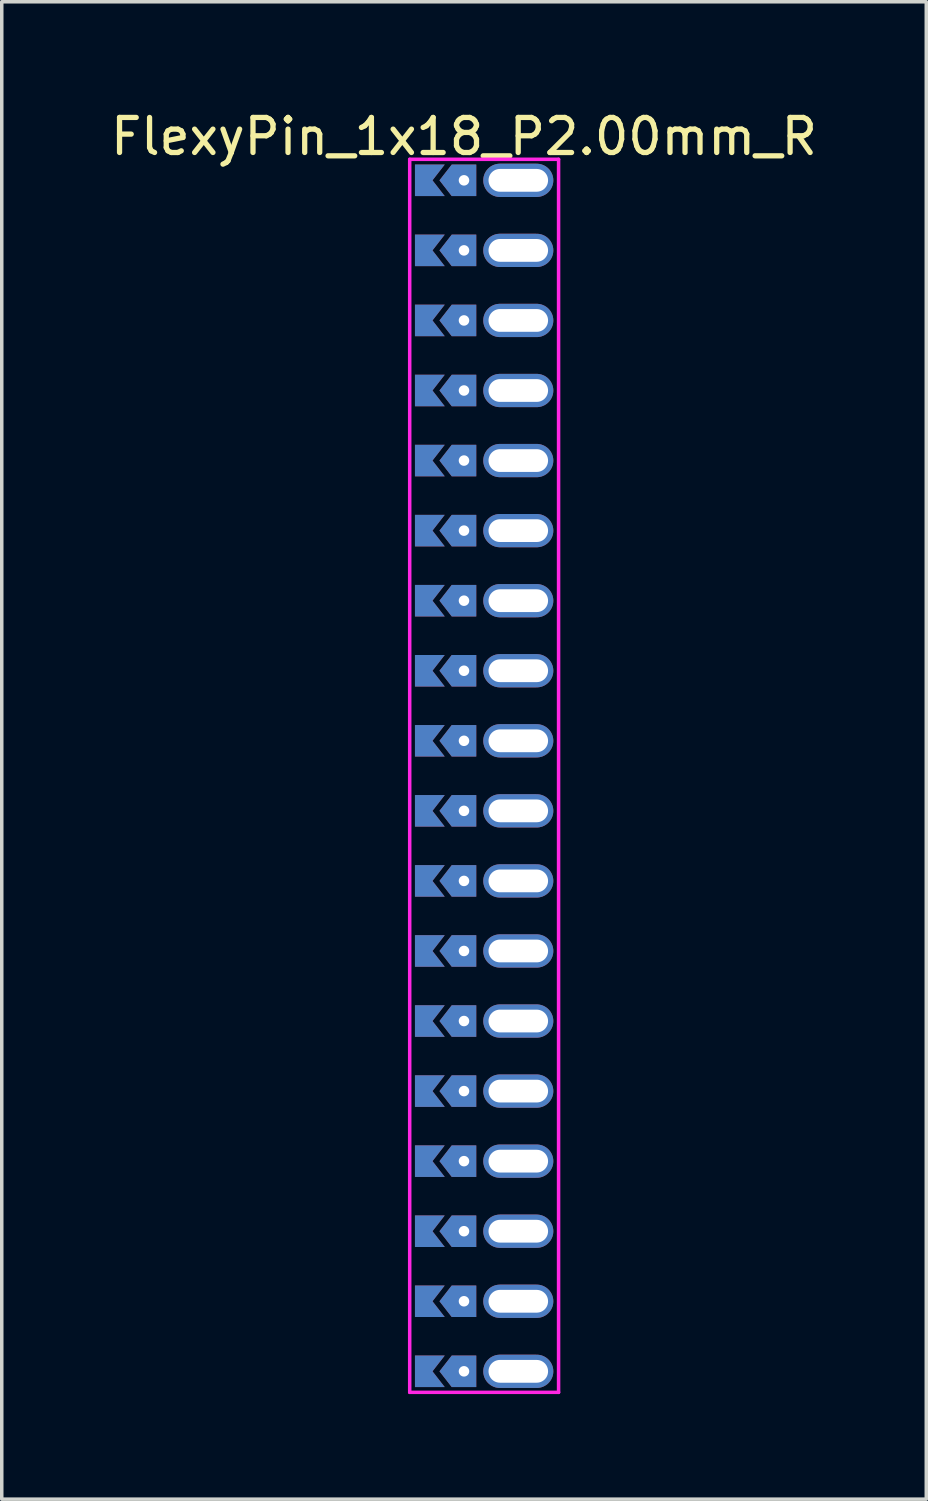
<source format=kicad_pcb>
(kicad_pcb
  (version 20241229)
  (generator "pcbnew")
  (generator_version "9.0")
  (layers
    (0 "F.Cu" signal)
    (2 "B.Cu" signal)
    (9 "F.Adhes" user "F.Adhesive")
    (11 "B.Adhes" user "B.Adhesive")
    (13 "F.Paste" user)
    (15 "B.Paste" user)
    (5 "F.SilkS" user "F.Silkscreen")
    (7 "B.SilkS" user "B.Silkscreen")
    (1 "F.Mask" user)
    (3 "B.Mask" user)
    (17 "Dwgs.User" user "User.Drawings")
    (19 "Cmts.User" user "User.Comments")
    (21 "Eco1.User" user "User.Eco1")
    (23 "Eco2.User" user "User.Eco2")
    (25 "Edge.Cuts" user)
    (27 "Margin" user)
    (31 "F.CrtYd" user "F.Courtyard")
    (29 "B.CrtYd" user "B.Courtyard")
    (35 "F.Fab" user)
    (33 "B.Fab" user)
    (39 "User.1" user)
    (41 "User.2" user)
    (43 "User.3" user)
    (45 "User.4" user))
  (footprint "FlexyPin_1x18_P2.00mm_R"
    (layer "F.Cu")
    (at 10.196 2.098)
    (property "Reference" "FlexyPin_1x18_P2.00mm_R" (at 0 -1.25 0) (layer "F.SilkS") (effects (font (size 1 1) (thickness 0.15))))
    (attr through_hole)
    (fp_line (start -1.55 -0.6) (end 2.7 -0.6) (stroke (width 0.1) (type solid)) (layer "F.CrtYd"))
    (fp_line (start -1.55 34.6) (end -1.55 -0.6) (stroke (width 0.1) (type solid)) (layer "F.CrtYd"))
    (fp_line (start 2.7 -0.6) (end 2.7 34.6) (stroke (width 0.1) (type solid)) (layer "F.CrtYd"))
    (fp_line (start 2.7 34.6) (end -1.55 34.6) (stroke (width 0.1) (type solid)) (layer "F.CrtYd"))
    (pad "" thru_hole custom (at 0 0) (size 0.3 0.3) (drill 0.6) (layers "*.Cu" "*.Mask") (options (anchor rect)) (primitives (gr_poly (pts (xy 0.35 0.45) (xy 0.35 -0.45) (xy -0.35 -0.45) (xy -0.7 0) (xy -0.35 0.45)) (width 0) (fill yes))))
    (pad "" thru_hole custom (at 0 2) (size 0.3 0.3) (drill 0.6) (layers "*.Cu" "*.Mask") (options (anchor rect)) (primitives (gr_poly (pts (xy 0.35 0.45) (xy 0.35 -0.45) (xy -0.35 -0.45) (xy -0.7 0) (xy -0.35 0.45)) (width 0) (fill yes))))
    (pad "" thru_hole custom (at 0 4) (size 0.3 0.3) (drill 0.6) (layers "*.Cu" "*.Mask") (options (anchor rect)) (primitives (gr_poly (pts (xy 0.35 0.45) (xy 0.35 -0.45) (xy -0.35 -0.45) (xy -0.7 0) (xy -0.35 0.45)) (width 0) (fill yes))))
    (pad "" thru_hole custom (at 0 6) (size 0.3 0.3) (drill 0.6) (layers "*.Cu" "*.Mask") (options (anchor rect)) (primitives (gr_poly (pts (xy 0.35 0.45) (xy 0.35 -0.45) (xy -0.35 -0.45) (xy -0.7 0) (xy -0.35 0.45)) (width 0) (fill yes))))
    (pad "" thru_hole custom (at 0 8) (size 0.3 0.3) (drill 0.6) (layers "*.Cu" "*.Mask") (options (anchor rect)) (primitives (gr_poly (pts (xy 0.35 0.45) (xy 0.35 -0.45) (xy -0.35 -0.45) (xy -0.7 0) (xy -0.35 0.45)) (width 0) (fill yes))))
    (pad "" thru_hole custom (at 0 10) (size 0.3 0.3) (drill 0.6) (layers "*.Cu" "*.Mask") (options (anchor rect)) (primitives (gr_poly (pts (xy 0.35 0.45) (xy 0.35 -0.45) (xy -0.35 -0.45) (xy -0.7 0) (xy -0.35 0.45)) (width 0) (fill yes))))
    (pad "" thru_hole custom (at 0 12) (size 0.3 0.3) (drill 0.6) (layers "*.Cu" "*.Mask") (options (anchor rect)) (primitives (gr_poly (pts (xy 0.35 0.45) (xy 0.35 -0.45) (xy -0.35 -0.45) (xy -0.7 0) (xy -0.35 0.45)) (width 0) (fill yes))))
    (pad "" thru_hole custom (at 0 14) (size 0.3 0.3) (drill 0.6) (layers "*.Cu" "*.Mask") (options (anchor rect)) (primitives (gr_poly (pts (xy 0.35 0.45) (xy 0.35 -0.45) (xy -0.35 -0.45) (xy -0.7 0) (xy -0.35 0.45)) (width 0) (fill yes))))
    (pad "" thru_hole custom (at 0 16) (size 0.3 0.3) (drill 0.6) (layers "*.Cu" "*.Mask") (options (anchor rect)) (primitives (gr_poly (pts (xy 0.35 0.45) (xy 0.35 -0.45) (xy -0.35 -0.45) (xy -0.7 0) (xy -0.35 0.45)) (width 0) (fill yes))))
    (pad "" thru_hole custom (at 0 18) (size 0.3 0.3) (drill 0.6) (layers "*.Cu" "*.Mask") (options (anchor rect)) (primitives (gr_poly (pts (xy 0.35 0.45) (xy 0.35 -0.45) (xy -0.35 -0.45) (xy -0.7 0) (xy -0.35 0.45)) (width 0) (fill yes))))
    (pad "" thru_hole custom (at 0 20) (size 0.3 0.3) (drill 0.6) (layers "*.Cu" "*.Mask") (options (anchor rect)) (primitives (gr_poly (pts (xy 0.35 0.45) (xy 0.35 -0.45) (xy -0.35 -0.45) (xy -0.7 0) (xy -0.35 0.45)) (width 0) (fill yes))))
    (pad "" thru_hole custom (at 0 22) (size 0.3 0.3) (drill 0.6) (layers "*.Cu" "*.Mask") (options (anchor rect)) (primitives (gr_poly (pts (xy 0.35 0.45) (xy 0.35 -0.45) (xy -0.35 -0.45) (xy -0.7 0) (xy -0.35 0.45)) (width 0) (fill yes))))
    (pad "" thru_hole custom (at 0 24) (size 0.3 0.3) (drill 0.6) (layers "*.Cu" "*.Mask") (options (anchor rect)) (primitives (gr_poly (pts (xy 0.35 0.45) (xy 0.35 -0.45) (xy -0.35 -0.45) (xy -0.7 0) (xy -0.35 0.45)) (width 0) (fill yes))))
    (pad "" thru_hole custom (at 0 26) (size 0.3 0.3) (drill 0.6) (layers "*.Cu" "*.Mask") (options (anchor rect)) (primitives (gr_poly (pts (xy 0.35 0.45) (xy 0.35 -0.45) (xy -0.35 -0.45) (xy -0.7 0) (xy -0.35 0.45)) (width 0) (fill yes))))
    (pad "" thru_hole custom (at 0 28) (size 0.3 0.3) (drill 0.6) (layers "*.Cu" "*.Mask") (options (anchor rect)) (primitives (gr_poly (pts (xy 0.35 0.45) (xy 0.35 -0.45) (xy -0.35 -0.45) (xy -0.7 0) (xy -0.35 0.45)) (width 0) (fill yes))))
    (pad "" thru_hole custom (at 0 30) (size 0.3 0.3) (drill 0.6) (layers "*.Cu" "*.Mask") (options (anchor rect)) (primitives (gr_poly (pts (xy 0.35 0.45) (xy 0.35 -0.45) (xy -0.35 -0.45) (xy -0.7 0) (xy -0.35 0.45)) (width 0) (fill yes))))
    (pad "" thru_hole custom (at 0 32) (size 0.3 0.3) (drill 0.6) (layers "*.Cu" "*.Mask") (options (anchor rect)) (primitives (gr_poly (pts (xy 0.35 0.45) (xy 0.35 -0.45) (xy -0.35 -0.45) (xy -0.7 0) (xy -0.35 0.45)) (width 0) (fill yes))))
    (pad "" thru_hole custom (at 0 34) (size 0.3 0.3) (drill 0.6) (layers "*.Cu" "*.Mask") (options (anchor rect)) (primitives (gr_poly (pts (xy 0.35 0.45) (xy 0.35 -0.45) (xy -0.35 -0.45) (xy -0.7 0) (xy -0.35 0.45)) (width 0) (fill yes))))
    (pad "" thru_hole oval (at 1.55 0) (size 2 0.95) (drill oval 1.7 0.65) (layers "*.Cu" "*.Mask"))
    (pad "" thru_hole oval (at 1.55 2) (size 2 0.95) (drill oval 1.7 0.65) (layers "*.Cu" "*.Mask"))
    (pad "" thru_hole oval (at 1.55 4) (size 2 0.95) (drill oval 1.7 0.65) (layers "*.Cu" "*.Mask"))
    (pad "" thru_hole oval (at 1.55 6) (size 2 0.95) (drill oval 1.7 0.65) (layers "*.Cu" "*.Mask"))
    (pad "" thru_hole oval (at 1.55 8) (size 2 0.95) (drill oval 1.7 0.65) (layers "*.Cu" "*.Mask"))
    (pad "" thru_hole oval (at 1.55 10) (size 2 0.95) (drill oval 1.7 0.65) (layers "*.Cu" "*.Mask"))
    (pad "" thru_hole oval (at 1.55 12) (size 2 0.95) (drill oval 1.7 0.65) (layers "*.Cu" "*.Mask"))
    (pad "" thru_hole oval (at 1.55 14) (size 2 0.95) (drill oval 1.7 0.65) (layers "*.Cu" "*.Mask"))
    (pad "" thru_hole oval (at 1.55 16) (size 2 0.95) (drill oval 1.7 0.65) (layers "*.Cu" "*.Mask"))
    (pad "" thru_hole oval (at 1.55 18) (size 2 0.95) (drill oval 1.7 0.65) (layers "*.Cu" "*.Mask"))
    (pad "" thru_hole oval (at 1.55 20) (size 2 0.95) (drill oval 1.7 0.65) (layers "*.Cu" "*.Mask"))
    (pad "" thru_hole oval (at 1.55 22) (size 2 0.95) (drill oval 1.7 0.65) (layers "*.Cu" "*.Mask"))
    (pad "" thru_hole oval (at 1.55 24) (size 2 0.95) (drill oval 1.7 0.65) (layers "*.Cu" "*.Mask"))
    (pad "" thru_hole oval (at 1.55 26) (size 2 0.95) (drill oval 1.7 0.65) (layers "*.Cu" "*.Mask"))
    (pad "" thru_hole oval (at 1.55 28) (size 2 0.95) (drill oval 1.7 0.65) (layers "*.Cu" "*.Mask"))
    (pad "" thru_hole oval (at 1.55 30) (size 2 0.95) (drill oval 1.7 0.65) (layers "*.Cu" "*.Mask"))
    (pad "" thru_hole oval (at 1.55 32) (size 2 0.95) (drill oval 1.7 0.65) (layers "*.Cu" "*.Mask"))
    (pad "" thru_hole oval (at 1.55 34) (size 2 0.95) (drill oval 1.7 0.65) (layers "*.Cu" "*.Mask"))
    (pad "1" smd custom (at -0.9 0) (size 0.01 0.01) (layers "F.Cu" "F.Mask") (options (anchor rect)) (primitives (gr_poly (pts (xy 0 0) (xy 0.35 0.45) (xy -0.5 0.45) (xy -0.5 -0.45) (xy 0.35 -0.45)) (width 0) (fill yes))))
    (pad "1" smd custom (at -0.9 2) (size 0.01 0.01) (layers "F.Cu" "F.Mask") (options (anchor rect)) (primitives (gr_poly (pts (xy 0 0) (xy 0.35 0.45) (xy -0.5 0.45) (xy -0.5 -0.45) (xy 0.35 -0.45)) (width 0) (fill yes))))
    (pad "1" smd custom (at -0.9 4) (size 0.01 0.01) (layers "F.Cu" "F.Mask") (options (anchor rect)) (primitives (gr_poly (pts (xy 0 0) (xy 0.35 0.45) (xy -0.5 0.45) (xy -0.5 -0.45) (xy 0.35 -0.45)) (width 0) (fill yes))))
    (pad "1" smd custom (at -0.9 6) (size 0.01 0.01) (layers "F.Cu" "F.Mask") (options (anchor rect)) (primitives (gr_poly (pts (xy 0 0) (xy 0.35 0.45) (xy -0.5 0.45) (xy -0.5 -0.45) (xy 0.35 -0.45)) (width 0) (fill yes))))
    (pad "1" smd custom (at -0.9 8) (size 0.01 0.01) (layers "F.Cu" "F.Mask") (options (anchor rect)) (primitives (gr_poly (pts (xy 0 0) (xy 0.35 0.45) (xy -0.5 0.45) (xy -0.5 -0.45) (xy 0.35 -0.45)) (width 0) (fill yes))))
    (pad "1" smd custom (at -0.9 10) (size 0.01 0.01) (layers "F.Cu" "F.Mask") (options (anchor rect)) (primitives (gr_poly (pts (xy 0 0) (xy 0.35 0.45) (xy -0.5 0.45) (xy -0.5 -0.45) (xy 0.35 -0.45)) (width 0) (fill yes))))
    (pad "1" smd custom (at -0.9 12) (size 0.01 0.01) (layers "F.Cu" "F.Mask") (options (anchor rect)) (primitives (gr_poly (pts (xy 0 0) (xy 0.35 0.45) (xy -0.5 0.45) (xy -0.5 -0.45) (xy 0.35 -0.45)) (width 0) (fill yes))))
    (pad "1" smd custom (at -0.9 14) (size 0.01 0.01) (layers "F.Cu" "F.Mask") (options (anchor rect)) (primitives (gr_poly (pts (xy 0 0) (xy 0.35 0.45) (xy -0.5 0.45) (xy -0.5 -0.45) (xy 0.35 -0.45)) (width 0) (fill yes))))
    (pad "1" smd custom (at -0.9 16) (size 0.01 0.01) (layers "F.Cu" "F.Mask") (options (anchor rect)) (primitives (gr_poly (pts (xy 0 0) (xy 0.35 0.45) (xy -0.5 0.45) (xy -0.5 -0.45) (xy 0.35 -0.45)) (width 0) (fill yes))))
    (pad "1" smd custom (at -0.9 18) (size 0.01 0.01) (layers "F.Cu" "F.Mask") (options (anchor rect)) (primitives (gr_poly (pts (xy 0 0) (xy 0.35 0.45) (xy -0.5 0.45) (xy -0.5 -0.45) (xy 0.35 -0.45)) (width 0) (fill yes))))
    (pad "1" smd custom (at -0.9 20) (size 0.01 0.01) (layers "F.Cu" "F.Mask") (options (anchor rect)) (primitives (gr_poly (pts (xy 0 0) (xy 0.35 0.45) (xy -0.5 0.45) (xy -0.5 -0.45) (xy 0.35 -0.45)) (width 0) (fill yes))))
    (pad "1" smd custom (at -0.9 22) (size 0.01 0.01) (layers "F.Cu" "F.Mask") (options (anchor rect)) (primitives (gr_poly (pts (xy 0 0) (xy 0.35 0.45) (xy -0.5 0.45) (xy -0.5 -0.45) (xy 0.35 -0.45)) (width 0) (fill yes))))
    (pad "1" smd custom (at -0.9 24) (size 0.01 0.01) (layers "F.Cu" "F.Mask") (options (anchor rect)) (primitives (gr_poly (pts (xy 0 0) (xy 0.35 0.45) (xy -0.5 0.45) (xy -0.5 -0.45) (xy 0.35 -0.45)) (width 0) (fill yes))))
    (pad "1" smd custom (at -0.9 26) (size 0.01 0.01) (layers "F.Cu" "F.Mask") (options (anchor rect)) (primitives (gr_poly (pts (xy 0 0) (xy 0.35 0.45) (xy -0.5 0.45) (xy -0.5 -0.45) (xy 0.35 -0.45)) (width 0) (fill yes))))
    (pad "1" smd custom (at -0.9 28) (size 0.01 0.01) (layers "F.Cu" "F.Mask") (options (anchor rect)) (primitives (gr_poly (pts (xy 0 0) (xy 0.35 0.45) (xy -0.5 0.45) (xy -0.5 -0.45) (xy 0.35 -0.45)) (width 0) (fill yes))))
    (pad "1" smd custom (at -0.9 30) (size 0.01 0.01) (layers "F.Cu" "F.Mask") (options (anchor rect)) (primitives (gr_poly (pts (xy 0 0) (xy 0.35 0.45) (xy -0.5 0.45) (xy -0.5 -0.45) (xy 0.35 -0.45)) (width 0) (fill yes))))
    (pad "1" smd custom (at -0.9 32) (size 0.01 0.01) (layers "F.Cu" "F.Mask") (options (anchor rect)) (primitives (gr_poly (pts (xy 0 0) (xy 0.35 0.45) (xy -0.5 0.45) (xy -0.5 -0.45) (xy 0.35 -0.45)) (width 0) (fill yes))))
    (pad "1" smd custom (at -0.9 34) (size 0.01 0.01) (layers "F.Cu" "F.Mask") (options (anchor rect)) (primitives (gr_poly (pts (xy 0 0) (xy 0.35 0.45) (xy -0.5 0.45) (xy -0.5 -0.45) (xy 0.35 -0.45)) (width 0) (fill yes))))
    (pad "2" smd custom (at -0.9 0) (size 0.01 0.01) (layers "B.Cu" "B.Mask") (options (anchor rect)) (primitives (gr_poly (pts (xy 0 0) (xy 0.35 0.45) (xy -0.5 0.45) (xy -0.5 -0.45) (xy 0.35 -0.45)) (width 0) (fill yes))))
    (pad "2" smd custom (at -0.9 2) (size 0.01 0.01) (layers "B.Cu" "B.Mask") (options (anchor rect)) (primitives (gr_poly (pts (xy 0 0) (xy 0.35 0.45) (xy -0.5 0.45) (xy -0.5 -0.45) (xy 0.35 -0.45)) (width 0) (fill yes))))
    (pad "2" smd custom (at -0.9 4) (size 0.01 0.01) (layers "B.Cu" "B.Mask") (options (anchor rect)) (primitives (gr_poly (pts (xy 0 0) (xy 0.35 0.45) (xy -0.5 0.45) (xy -0.5 -0.45) (xy 0.35 -0.45)) (width 0) (fill yes))))
    (pad "2" smd custom (at -0.9 6) (size 0.01 0.01) (layers "B.Cu" "B.Mask") (options (anchor rect)) (primitives (gr_poly (pts (xy 0 0) (xy 0.35 0.45) (xy -0.5 0.45) (xy -0.5 -0.45) (xy 0.35 -0.45)) (width 0) (fill yes))))
    (pad "2" smd custom (at -0.9 8) (size 0.01 0.01) (layers "B.Cu" "B.Mask") (options (anchor rect)) (primitives (gr_poly (pts (xy 0 0) (xy 0.35 0.45) (xy -0.5 0.45) (xy -0.5 -0.45) (xy 0.35 -0.45)) (width 0) (fill yes))))
    (pad "2" smd custom (at -0.9 10) (size 0.01 0.01) (layers "B.Cu" "B.Mask") (options (anchor rect)) (primitives (gr_poly (pts (xy 0 0) (xy 0.35 0.45) (xy -0.5 0.45) (xy -0.5 -0.45) (xy 0.35 -0.45)) (width 0) (fill yes))))
    (pad "2" smd custom (at -0.9 12) (size 0.01 0.01) (layers "B.Cu" "B.Mask") (options (anchor rect)) (primitives (gr_poly (pts (xy 0 0) (xy 0.35 0.45) (xy -0.5 0.45) (xy -0.5 -0.45) (xy 0.35 -0.45)) (width 0) (fill yes))))
    (pad "2" smd custom (at -0.9 14) (size 0.01 0.01) (layers "B.Cu" "B.Mask") (options (anchor rect)) (primitives (gr_poly (pts (xy 0 0) (xy 0.35 0.45) (xy -0.5 0.45) (xy -0.5 -0.45) (xy 0.35 -0.45)) (width 0) (fill yes))))
    (pad "2" smd custom (at -0.9 16) (size 0.01 0.01) (layers "B.Cu" "B.Mask") (options (anchor rect)) (primitives (gr_poly (pts (xy 0 0) (xy 0.35 0.45) (xy -0.5 0.45) (xy -0.5 -0.45) (xy 0.35 -0.45)) (width 0) (fill yes))))
    (pad "2" smd custom (at -0.9 18) (size 0.01 0.01) (layers "B.Cu" "B.Mask") (options (anchor rect)) (primitives (gr_poly (pts (xy 0 0) (xy 0.35 0.45) (xy -0.5 0.45) (xy -0.5 -0.45) (xy 0.35 -0.45)) (width 0) (fill yes))))
    (pad "2" smd custom (at -0.9 20) (size 0.01 0.01) (layers "B.Cu" "B.Mask") (options (anchor rect)) (primitives (gr_poly (pts (xy 0 0) (xy 0.35 0.45) (xy -0.5 0.45) (xy -0.5 -0.45) (xy 0.35 -0.45)) (width 0) (fill yes))))
    (pad "2" smd custom (at -0.9 22) (size 0.01 0.01) (layers "B.Cu" "B.Mask") (options (anchor rect)) (primitives (gr_poly (pts (xy 0 0) (xy 0.35 0.45) (xy -0.5 0.45) (xy -0.5 -0.45) (xy 0.35 -0.45)) (width 0) (fill yes))))
    (pad "2" smd custom (at -0.9 24) (size 0.01 0.01) (layers "B.Cu" "B.Mask") (options (anchor rect)) (primitives (gr_poly (pts (xy 0 0) (xy 0.35 0.45) (xy -0.5 0.45) (xy -0.5 -0.45) (xy 0.35 -0.45)) (width 0) (fill yes))))
    (pad "2" smd custom (at -0.9 26) (size 0.01 0.01) (layers "B.Cu" "B.Mask") (options (anchor rect)) (primitives (gr_poly (pts (xy 0 0) (xy 0.35 0.45) (xy -0.5 0.45) (xy -0.5 -0.45) (xy 0.35 -0.45)) (width 0) (fill yes))))
    (pad "2" smd custom (at -0.9 28) (size 0.01 0.01) (layers "B.Cu" "B.Mask") (options (anchor rect)) (primitives (gr_poly (pts (xy 0 0) (xy 0.35 0.45) (xy -0.5 0.45) (xy -0.5 -0.45) (xy 0.35 -0.45)) (width 0) (fill yes))))
    (pad "2" smd custom (at -0.9 30) (size 0.01 0.01) (layers "B.Cu" "B.Mask") (options (anchor rect)) (primitives (gr_poly (pts (xy 0 0) (xy 0.35 0.45) (xy -0.5 0.45) (xy -0.5 -0.45) (xy 0.35 -0.45)) (width 0) (fill yes))))
    (pad "2" smd custom (at -0.9 32) (size 0.01 0.01) (layers "B.Cu" "B.Mask") (options (anchor rect)) (primitives (gr_poly (pts (xy 0 0) (xy 0.35 0.45) (xy -0.5 0.45) (xy -0.5 -0.45) (xy 0.35 -0.45)) (width 0) (fill yes))))
    (pad "2" smd custom (at -0.9 34) (size 0.01 0.01) (layers "B.Cu" "B.Mask") (options (anchor rect)) (primitives (gr_poly (pts (xy 0 0) (xy 0.35 0.45) (xy -0.5 0.45) (xy -0.5 -0.45) (xy 0.35 -0.45)) (width 0) (fill yes)))))
  (gr_rect
    (start -3 -3)
    (end 23.393 39.748)
    (stroke (width 0.1) (type default))
    (fill no)
    (layer "Edge.Cuts")))
</source>
